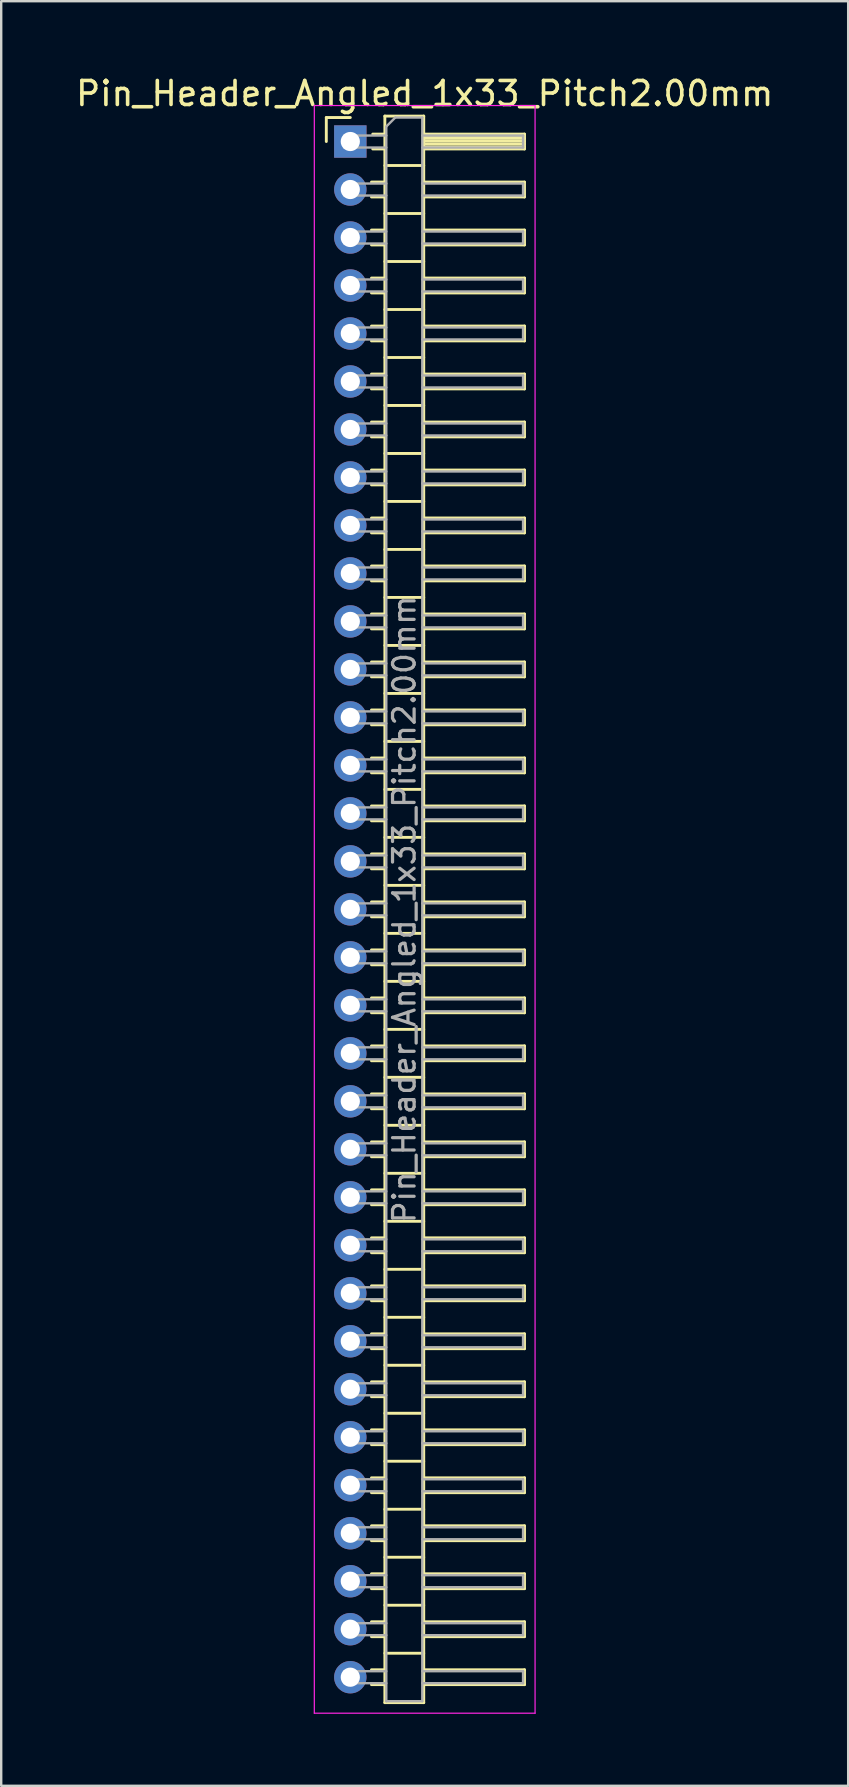
<source format=kicad_pcb>
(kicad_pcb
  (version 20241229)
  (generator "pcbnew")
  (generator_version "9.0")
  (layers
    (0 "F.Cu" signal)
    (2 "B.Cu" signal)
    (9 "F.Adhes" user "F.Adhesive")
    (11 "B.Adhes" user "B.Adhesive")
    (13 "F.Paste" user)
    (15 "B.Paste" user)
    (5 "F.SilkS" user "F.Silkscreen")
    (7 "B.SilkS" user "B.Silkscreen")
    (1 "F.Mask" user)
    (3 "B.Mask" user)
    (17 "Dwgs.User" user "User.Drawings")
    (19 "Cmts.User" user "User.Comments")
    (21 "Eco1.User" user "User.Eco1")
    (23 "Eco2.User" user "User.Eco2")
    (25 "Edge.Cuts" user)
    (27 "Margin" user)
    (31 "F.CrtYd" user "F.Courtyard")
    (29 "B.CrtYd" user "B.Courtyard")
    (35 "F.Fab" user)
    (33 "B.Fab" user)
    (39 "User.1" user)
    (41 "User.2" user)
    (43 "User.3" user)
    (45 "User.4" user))
  (footprint "Pin_Header_Angled_1x33_Pitch2.00mm"
    (layer "F.Cu")
    (at 11.549 2.848)
    (property "Reference" "Pin_Header_Angled_1x33_Pitch2.00mm" (at 3.1 -2 0) (layer "F.SilkS") (effects (font (size 1 1) (thickness 0.15))))
    (attr through_hole)
    (fp_line (start -1 -1) (end 0 -1) (stroke (width 0.12) (type solid)) (layer "F.SilkS"))
    (fp_line (start -1 0) (end -1 -1) (stroke (width 0.12) (type solid)) (layer "F.SilkS"))
    (fp_line (start 0.882 1.69) (end 1.44 1.69) (stroke (width 0.12) (type solid)) (layer "F.SilkS"))
    (fp_line (start 0.882 2.31) (end 1.44 2.31) (stroke (width 0.12) (type solid)) (layer "F.SilkS"))
    (fp_line (start 0.882 3.69) (end 1.44 3.69) (stroke (width 0.12) (type solid)) (layer "F.SilkS"))
    (fp_line (start 0.882 4.31) (end 1.44 4.31) (stroke (width 0.12) (type solid)) (layer "F.SilkS"))
    (fp_line (start 0.882 5.69) (end 1.44 5.69) (stroke (width 0.12) (type solid)) (layer "F.SilkS"))
    (fp_line (start 0.882 6.31) (end 1.44 6.31) (stroke (width 0.12) (type solid)) (layer "F.SilkS"))
    (fp_line (start 0.882 7.69) (end 1.44 7.69) (stroke (width 0.12) (type solid)) (layer "F.SilkS"))
    (fp_line (start 0.882 8.31) (end 1.44 8.31) (stroke (width 0.12) (type solid)) (layer "F.SilkS"))
    (fp_line (start 0.882 9.69) (end 1.44 9.69) (stroke (width 0.12) (type solid)) (layer "F.SilkS"))
    (fp_line (start 0.882 10.31) (end 1.44 10.31) (stroke (width 0.12) (type solid)) (layer "F.SilkS"))
    (fp_line (start 0.882 11.69) (end 1.44 11.69) (stroke (width 0.12) (type solid)) (layer "F.SilkS"))
    (fp_line (start 0.882 12.31) (end 1.44 12.31) (stroke (width 0.12) (type solid)) (layer "F.SilkS"))
    (fp_line (start 0.882 13.69) (end 1.44 13.69) (stroke (width 0.12) (type solid)) (layer "F.SilkS"))
    (fp_line (start 0.882 14.31) (end 1.44 14.31) (stroke (width 0.12) (type solid)) (layer "F.SilkS"))
    (fp_line (start 0.882 15.69) (end 1.44 15.69) (stroke (width 0.12) (type solid)) (layer "F.SilkS"))
    (fp_line (start 0.882 16.31) (end 1.44 16.31) (stroke (width 0.12) (type solid)) (layer "F.SilkS"))
    (fp_line (start 0.882 17.69) (end 1.44 17.69) (stroke (width 0.12) (type solid)) (layer "F.SilkS"))
    (fp_line (start 0.882 18.31) (end 1.44 18.31) (stroke (width 0.12) (type solid)) (layer "F.SilkS"))
    (fp_line (start 0.882 19.69) (end 1.44 19.69) (stroke (width 0.12) (type solid)) (layer "F.SilkS"))
    (fp_line (start 0.882 20.31) (end 1.44 20.31) (stroke (width 0.12) (type solid)) (layer "F.SilkS"))
    (fp_line (start 0.882 21.69) (end 1.44 21.69) (stroke (width 0.12) (type solid)) (layer "F.SilkS"))
    (fp_line (start 0.882 22.31) (end 1.44 22.31) (stroke (width 0.12) (type solid)) (layer "F.SilkS"))
    (fp_line (start 0.882 23.69) (end 1.44 23.69) (stroke (width 0.12) (type solid)) (layer "F.SilkS"))
    (fp_line (start 0.882 24.31) (end 1.44 24.31) (stroke (width 0.12) (type solid)) (layer "F.SilkS"))
    (fp_line (start 0.882 25.69) (end 1.44 25.69) (stroke (width 0.12) (type solid)) (layer "F.SilkS"))
    (fp_line (start 0.882 26.31) (end 1.44 26.31) (stroke (width 0.12) (type solid)) (layer "F.SilkS"))
    (fp_line (start 0.882 27.69) (end 1.44 27.69) (stroke (width 0.12) (type solid)) (layer "F.SilkS"))
    (fp_line (start 0.882 28.31) (end 1.44 28.31) (stroke (width 0.12) (type solid)) (layer "F.SilkS"))
    (fp_line (start 0.882 29.69) (end 1.44 29.69) (stroke (width 0.12) (type solid)) (layer "F.SilkS"))
    (fp_line (start 0.882 30.31) (end 1.44 30.31) (stroke (width 0.12) (type solid)) (layer "F.SilkS"))
    (fp_line (start 0.882 31.69) (end 1.44 31.69) (stroke (width 0.12) (type solid)) (layer "F.SilkS"))
    (fp_line (start 0.882 32.31) (end 1.44 32.31) (stroke (width 0.12) (type solid)) (layer "F.SilkS"))
    (fp_line (start 0.882 33.69) (end 1.44 33.69) (stroke (width 0.12) (type solid)) (layer "F.SilkS"))
    (fp_line (start 0.882 34.31) (end 1.44 34.31) (stroke (width 0.12) (type solid)) (layer "F.SilkS"))
    (fp_line (start 0.882 35.69) (end 1.44 35.69) (stroke (width 0.12) (type solid)) (layer "F.SilkS"))
    (fp_line (start 0.882 36.31) (end 1.44 36.31) (stroke (width 0.12) (type solid)) (layer "F.SilkS"))
    (fp_line (start 0.882 37.69) (end 1.44 37.69) (stroke (width 0.12) (type solid)) (layer "F.SilkS"))
    (fp_line (start 0.882 38.31) (end 1.44 38.31) (stroke (width 0.12) (type solid)) (layer "F.SilkS"))
    (fp_line (start 0.882 39.69) (end 1.44 39.69) (stroke (width 0.12) (type solid)) (layer "F.SilkS"))
    (fp_line (start 0.882 40.31) (end 1.44 40.31) (stroke (width 0.12) (type solid)) (layer "F.SilkS"))
    (fp_line (start 0.882 41.69) (end 1.44 41.69) (stroke (width 0.12) (type solid)) (layer "F.SilkS"))
    (fp_line (start 0.882 42.31) (end 1.44 42.31) (stroke (width 0.12) (type solid)) (layer "F.SilkS"))
    (fp_line (start 0.882 43.69) (end 1.44 43.69) (stroke (width 0.12) (type solid)) (layer "F.SilkS"))
    (fp_line (start 0.882 44.31) (end 1.44 44.31) (stroke (width 0.12) (type solid)) (layer "F.SilkS"))
    (fp_line (start 0.882 45.69) (end 1.44 45.69) (stroke (width 0.12) (type solid)) (layer "F.SilkS"))
    (fp_line (start 0.882 46.31) (end 1.44 46.31) (stroke (width 0.12) (type solid)) (layer "F.SilkS"))
    (fp_line (start 0.882 47.69) (end 1.44 47.69) (stroke (width 0.12) (type solid)) (layer "F.SilkS"))
    (fp_line (start 0.882 48.31) (end 1.44 48.31) (stroke (width 0.12) (type solid)) (layer "F.SilkS"))
    (fp_line (start 0.882 49.69) (end 1.44 49.69) (stroke (width 0.12) (type solid)) (layer "F.SilkS"))
    (fp_line (start 0.882 50.31) (end 1.44 50.31) (stroke (width 0.12) (type solid)) (layer "F.SilkS"))
    (fp_line (start 0.882 51.69) (end 1.44 51.69) (stroke (width 0.12) (type solid)) (layer "F.SilkS"))
    (fp_line (start 0.882 52.31) (end 1.44 52.31) (stroke (width 0.12) (type solid)) (layer "F.SilkS"))
    (fp_line (start 0.882 53.69) (end 1.44 53.69) (stroke (width 0.12) (type solid)) (layer "F.SilkS"))
    (fp_line (start 0.882 54.31) (end 1.44 54.31) (stroke (width 0.12) (type solid)) (layer "F.SilkS"))
    (fp_line (start 0.882 55.69) (end 1.44 55.69) (stroke (width 0.12) (type solid)) (layer "F.SilkS"))
    (fp_line (start 0.882 56.31) (end 1.44 56.31) (stroke (width 0.12) (type solid)) (layer "F.SilkS"))
    (fp_line (start 0.882 57.69) (end 1.44 57.69) (stroke (width 0.12) (type solid)) (layer "F.SilkS"))
    (fp_line (start 0.882 58.31) (end 1.44 58.31) (stroke (width 0.12) (type solid)) (layer "F.SilkS"))
    (fp_line (start 0.882 59.69) (end 1.44 59.69) (stroke (width 0.12) (type solid)) (layer "F.SilkS"))
    (fp_line (start 0.882 60.31) (end 1.44 60.31) (stroke (width 0.12) (type solid)) (layer "F.SilkS"))
    (fp_line (start 0.882 61.69) (end 1.44 61.69) (stroke (width 0.12) (type solid)) (layer "F.SilkS"))
    (fp_line (start 0.882 62.31) (end 1.44 62.31) (stroke (width 0.12) (type solid)) (layer "F.SilkS"))
    (fp_line (start 0.882 63.69) (end 1.44 63.69) (stroke (width 0.12) (type solid)) (layer "F.SilkS"))
    (fp_line (start 0.882 64.31) (end 1.44 64.31) (stroke (width 0.12) (type solid)) (layer "F.SilkS"))
    (fp_line (start 0.935 -0.31) (end 1.44 -0.31) (stroke (width 0.12) (type solid)) (layer "F.SilkS"))
    (fp_line (start 0.935 0.31) (end 1.44 0.31) (stroke (width 0.12) (type solid)) (layer "F.SilkS"))
    (fp_line (start 1.44 -1.06) (end 1.44 65.06) (stroke (width 0.12) (type solid)) (layer "F.SilkS"))
    (fp_line (start 1.44 1) (end 3.06 1) (stroke (width 0.12) (type solid)) (layer "F.SilkS"))
    (fp_line (start 1.44 3) (end 3.06 3) (stroke (width 0.12) (type solid)) (layer "F.SilkS"))
    (fp_line (start 1.44 5) (end 3.06 5) (stroke (width 0.12) (type solid)) (layer "F.SilkS"))
    (fp_line (start 1.44 7) (end 3.06 7) (stroke (width 0.12) (type solid)) (layer "F.SilkS"))
    (fp_line (start 1.44 9) (end 3.06 9) (stroke (width 0.12) (type solid)) (layer "F.SilkS"))
    (fp_line (start 1.44 11) (end 3.06 11) (stroke (width 0.12) (type solid)) (layer "F.SilkS"))
    (fp_line (start 1.44 13) (end 3.06 13) (stroke (width 0.12) (type solid)) (layer "F.SilkS"))
    (fp_line (start 1.44 15) (end 3.06 15) (stroke (width 0.12) (type solid)) (layer "F.SilkS"))
    (fp_line (start 1.44 17) (end 3.06 17) (stroke (width 0.12) (type solid)) (layer "F.SilkS"))
    (fp_line (start 1.44 19) (end 3.06 19) (stroke (width 0.12) (type solid)) (layer "F.SilkS"))
    (fp_line (start 1.44 21) (end 3.06 21) (stroke (width 0.12) (type solid)) (layer "F.SilkS"))
    (fp_line (start 1.44 23) (end 3.06 23) (stroke (width 0.12) (type solid)) (layer "F.SilkS"))
    (fp_line (start 1.44 25) (end 3.06 25) (stroke (width 0.12) (type solid)) (layer "F.SilkS"))
    (fp_line (start 1.44 27) (end 3.06 27) (stroke (width 0.12) (type solid)) (layer "F.SilkS"))
    (fp_line (start 1.44 29) (end 3.06 29) (stroke (width 0.12) (type solid)) (layer "F.SilkS"))
    (fp_line (start 1.44 31) (end 3.06 31) (stroke (width 0.12) (type solid)) (layer "F.SilkS"))
    (fp_line (start 1.44 33) (end 3.06 33) (stroke (width 0.12) (type solid)) (layer "F.SilkS"))
    (fp_line (start 1.44 35) (end 3.06 35) (stroke (width 0.12) (type solid)) (layer "F.SilkS"))
    (fp_line (start 1.44 37) (end 3.06 37) (stroke (width 0.12) (type solid)) (layer "F.SilkS"))
    (fp_line (start 1.44 39) (end 3.06 39) (stroke (width 0.12) (type solid)) (layer "F.SilkS"))
    (fp_line (start 1.44 41) (end 3.06 41) (stroke (width 0.12) (type solid)) (layer "F.SilkS"))
    (fp_line (start 1.44 43) (end 3.06 43) (stroke (width 0.12) (type solid)) (layer "F.SilkS"))
    (fp_line (start 1.44 45) (end 3.06 45) (stroke (width 0.12) (type solid)) (layer "F.SilkS"))
    (fp_line (start 1.44 47) (end 3.06 47) (stroke (width 0.12) (type solid)) (layer "F.SilkS"))
    (fp_line (start 1.44 49) (end 3.06 49) (stroke (width 0.12) (type solid)) (layer "F.SilkS"))
    (fp_line (start 1.44 51) (end 3.06 51) (stroke (width 0.12) (type solid)) (layer "F.SilkS"))
    (fp_line (start 1.44 53) (end 3.06 53) (stroke (width 0.12) (type solid)) (layer "F.SilkS"))
    (fp_line (start 1.44 55) (end 3.06 55) (stroke (width 0.12) (type solid)) (layer "F.SilkS"))
    (fp_line (start 1.44 57) (end 3.06 57) (stroke (width 0.12) (type solid)) (layer "F.SilkS"))
    (fp_line (start 1.44 59) (end 3.06 59) (stroke (width 0.12) (type solid)) (layer "F.SilkS"))
    (fp_line (start 1.44 61) (end 3.06 61) (stroke (width 0.12) (type solid)) (layer "F.SilkS"))
    (fp_line (start 1.44 63) (end 3.06 63) (stroke (width 0.12) (type solid)) (layer "F.SilkS"))
    (fp_line (start 1.44 65.06) (end 3.06 65.06) (stroke (width 0.12) (type solid)) (layer "F.SilkS"))
    (fp_line (start 3.06 -1.06) (end 1.44 -1.06) (stroke (width 0.12) (type solid)) (layer "F.SilkS"))
    (fp_line (start 3.06 -0.31) (end 7.26 -0.31) (stroke (width 0.12) (type solid)) (layer "F.SilkS"))
    (fp_line (start 3.06 -0.25) (end 7.26 -0.25) (stroke (width 0.12) (type solid)) (layer "F.SilkS"))
    (fp_line (start 3.06 -0.13) (end 7.26 -0.13) (stroke (width 0.12) (type solid)) (layer "F.SilkS"))
    (fp_line (start 3.06 -0.01) (end 7.26 -0.01) (stroke (width 0.12) (type solid)) (layer "F.SilkS"))
    (fp_line (start 3.06 0.11) (end 7.26 0.11) (stroke (width 0.12) (type solid)) (layer "F.SilkS"))
    (fp_line (start 3.06 0.23) (end 7.26 0.23) (stroke (width 0.12) (type solid)) (layer "F.SilkS"))
    (fp_line (start 3.06 1.69) (end 7.26 1.69) (stroke (width 0.12) (type solid)) (layer "F.SilkS"))
    (fp_line (start 3.06 3.69) (end 7.26 3.69) (stroke (width 0.12) (type solid)) (layer "F.SilkS"))
    (fp_line (start 3.06 5.69) (end 7.26 5.69) (stroke (width 0.12) (type solid)) (layer "F.SilkS"))
    (fp_line (start 3.06 7.69) (end 7.26 7.69) (stroke (width 0.12) (type solid)) (layer "F.SilkS"))
    (fp_line (start 3.06 9.69) (end 7.26 9.69) (stroke (width 0.12) (type solid)) (layer "F.SilkS"))
    (fp_line (start 3.06 11.69) (end 7.26 11.69) (stroke (width 0.12) (type solid)) (layer "F.SilkS"))
    (fp_line (start 3.06 13.69) (end 7.26 13.69) (stroke (width 0.12) (type solid)) (layer "F.SilkS"))
    (fp_line (start 3.06 15.69) (end 7.26 15.69) (stroke (width 0.12) (type solid)) (layer "F.SilkS"))
    (fp_line (start 3.06 17.69) (end 7.26 17.69) (stroke (width 0.12) (type solid)) (layer "F.SilkS"))
    (fp_line (start 3.06 19.69) (end 7.26 19.69) (stroke (width 0.12) (type solid)) (layer "F.SilkS"))
    (fp_line (start 3.06 21.69) (end 7.26 21.69) (stroke (width 0.12) (type solid)) (layer "F.SilkS"))
    (fp_line (start 3.06 23.69) (end 7.26 23.69) (stroke (width 0.12) (type solid)) (layer "F.SilkS"))
    (fp_line (start 3.06 25.69) (end 7.26 25.69) (stroke (width 0.12) (type solid)) (layer "F.SilkS"))
    (fp_line (start 3.06 27.69) (end 7.26 27.69) (stroke (width 0.12) (type solid)) (layer "F.SilkS"))
    (fp_line (start 3.06 29.69) (end 7.26 29.69) (stroke (width 0.12) (type solid)) (layer "F.SilkS"))
    (fp_line (start 3.06 31.69) (end 7.26 31.69) (stroke (width 0.12) (type solid)) (layer "F.SilkS"))
    (fp_line (start 3.06 33.69) (end 7.26 33.69) (stroke (width 0.12) (type solid)) (layer "F.SilkS"))
    (fp_line (start 3.06 35.69) (end 7.26 35.69) (stroke (width 0.12) (type solid)) (layer "F.SilkS"))
    (fp_line (start 3.06 37.69) (end 7.26 37.69) (stroke (width 0.12) (type solid)) (layer "F.SilkS"))
    (fp_line (start 3.06 39.69) (end 7.26 39.69) (stroke (width 0.12) (type solid)) (layer "F.SilkS"))
    (fp_line (start 3.06 41.69) (end 7.26 41.69) (stroke (width 0.12) (type solid)) (layer "F.SilkS"))
    (fp_line (start 3.06 43.69) (end 7.26 43.69) (stroke (width 0.12) (type solid)) (layer "F.SilkS"))
    (fp_line (start 3.06 45.69) (end 7.26 45.69) (stroke (width 0.12) (type solid)) (layer "F.SilkS"))
    (fp_line (start 3.06 47.69) (end 7.26 47.69) (stroke (width 0.12) (type solid)) (layer "F.SilkS"))
    (fp_line (start 3.06 49.69) (end 7.26 49.69) (stroke (width 0.12) (type solid)) (layer "F.SilkS"))
    (fp_line (start 3.06 51.69) (end 7.26 51.69) (stroke (width 0.12) (type solid)) (layer "F.SilkS"))
    (fp_line (start 3.06 53.69) (end 7.26 53.69) (stroke (width 0.12) (type solid)) (layer "F.SilkS"))
    (fp_line (start 3.06 55.69) (end 7.26 55.69) (stroke (width 0.12) (type solid)) (layer "F.SilkS"))
    (fp_line (start 3.06 57.69) (end 7.26 57.69) (stroke (width 0.12) (type solid)) (layer "F.SilkS"))
    (fp_line (start 3.06 59.69) (end 7.26 59.69) (stroke (width 0.12) (type solid)) (layer "F.SilkS"))
    (fp_line (start 3.06 61.69) (end 7.26 61.69) (stroke (width 0.12) (type solid)) (layer "F.SilkS"))
    (fp_line (start 3.06 63.69) (end 7.26 63.69) (stroke (width 0.12) (type solid)) (layer "F.SilkS"))
    (fp_line (start 3.06 65.06) (end 3.06 -1.06) (stroke (width 0.12) (type solid)) (layer "F.SilkS"))
    (fp_line (start 7.26 -0.31) (end 7.26 0.31) (stroke (width 0.12) (type solid)) (layer "F.SilkS"))
    (fp_line (start 7.26 0.31) (end 3.06 0.31) (stroke (width 0.12) (type solid)) (layer "F.SilkS"))
    (fp_line (start 7.26 1.69) (end 7.26 2.31) (stroke (width 0.12) (type solid)) (layer "F.SilkS"))
    (fp_line (start 7.26 2.31) (end 3.06 2.31) (stroke (width 0.12) (type solid)) (layer "F.SilkS"))
    (fp_line (start 7.26 3.69) (end 7.26 4.31) (stroke (width 0.12) (type solid)) (layer "F.SilkS"))
    (fp_line (start 7.26 4.31) (end 3.06 4.31) (stroke (width 0.12) (type solid)) (layer "F.SilkS"))
    (fp_line (start 7.26 5.69) (end 7.26 6.31) (stroke (width 0.12) (type solid)) (layer "F.SilkS"))
    (fp_line (start 7.26 6.31) (end 3.06 6.31) (stroke (width 0.12) (type solid)) (layer "F.SilkS"))
    (fp_line (start 7.26 7.69) (end 7.26 8.31) (stroke (width 0.12) (type solid)) (layer "F.SilkS"))
    (fp_line (start 7.26 8.31) (end 3.06 8.31) (stroke (width 0.12) (type solid)) (layer "F.SilkS"))
    (fp_line (start 7.26 9.69) (end 7.26 10.31) (stroke (width 0.12) (type solid)) (layer "F.SilkS"))
    (fp_line (start 7.26 10.31) (end 3.06 10.31) (stroke (width 0.12) (type solid)) (layer "F.SilkS"))
    (fp_line (start 7.26 11.69) (end 7.26 12.31) (stroke (width 0.12) (type solid)) (layer "F.SilkS"))
    (fp_line (start 7.26 12.31) (end 3.06 12.31) (stroke (width 0.12) (type solid)) (layer "F.SilkS"))
    (fp_line (start 7.26 13.69) (end 7.26 14.31) (stroke (width 0.12) (type solid)) (layer "F.SilkS"))
    (fp_line (start 7.26 14.31) (end 3.06 14.31) (stroke (width 0.12) (type solid)) (layer "F.SilkS"))
    (fp_line (start 7.26 15.69) (end 7.26 16.31) (stroke (width 0.12) (type solid)) (layer "F.SilkS"))
    (fp_line (start 7.26 16.31) (end 3.06 16.31) (stroke (width 0.12) (type solid)) (layer "F.SilkS"))
    (fp_line (start 7.26 17.69) (end 7.26 18.31) (stroke (width 0.12) (type solid)) (layer "F.SilkS"))
    (fp_line (start 7.26 18.31) (end 3.06 18.31) (stroke (width 0.12) (type solid)) (layer "F.SilkS"))
    (fp_line (start 7.26 19.69) (end 7.26 20.31) (stroke (width 0.12) (type solid)) (layer "F.SilkS"))
    (fp_line (start 7.26 20.31) (end 3.06 20.31) (stroke (width 0.12) (type solid)) (layer "F.SilkS"))
    (fp_line (start 7.26 21.69) (end 7.26 22.31) (stroke (width 0.12) (type solid)) (layer "F.SilkS"))
    (fp_line (start 7.26 22.31) (end 3.06 22.31) (stroke (width 0.12) (type solid)) (layer "F.SilkS"))
    (fp_line (start 7.26 23.69) (end 7.26 24.31) (stroke (width 0.12) (type solid)) (layer "F.SilkS"))
    (fp_line (start 7.26 24.31) (end 3.06 24.31) (stroke (width 0.12) (type solid)) (layer "F.SilkS"))
    (fp_line (start 7.26 25.69) (end 7.26 26.31) (stroke (width 0.12) (type solid)) (layer "F.SilkS"))
    (fp_line (start 7.26 26.31) (end 3.06 26.31) (stroke (width 0.12) (type solid)) (layer "F.SilkS"))
    (fp_line (start 7.26 27.69) (end 7.26 28.31) (stroke (width 0.12) (type solid)) (layer "F.SilkS"))
    (fp_line (start 7.26 28.31) (end 3.06 28.31) (stroke (width 0.12) (type solid)) (layer "F.SilkS"))
    (fp_line (start 7.26 29.69) (end 7.26 30.31) (stroke (width 0.12) (type solid)) (layer "F.SilkS"))
    (fp_line (start 7.26 30.31) (end 3.06 30.31) (stroke (width 0.12) (type solid)) (layer "F.SilkS"))
    (fp_line (start 7.26 31.69) (end 7.26 32.31) (stroke (width 0.12) (type solid)) (layer "F.SilkS"))
    (fp_line (start 7.26 32.31) (end 3.06 32.31) (stroke (width 0.12) (type solid)) (layer "F.SilkS"))
    (fp_line (start 7.26 33.69) (end 7.26 34.31) (stroke (width 0.12) (type solid)) (layer "F.SilkS"))
    (fp_line (start 7.26 34.31) (end 3.06 34.31) (stroke (width 0.12) (type solid)) (layer "F.SilkS"))
    (fp_line (start 7.26 35.69) (end 7.26 36.31) (stroke (width 0.12) (type solid)) (layer "F.SilkS"))
    (fp_line (start 7.26 36.31) (end 3.06 36.31) (stroke (width 0.12) (type solid)) (layer "F.SilkS"))
    (fp_line (start 7.26 37.69) (end 7.26 38.31) (stroke (width 0.12) (type solid)) (layer "F.SilkS"))
    (fp_line (start 7.26 38.31) (end 3.06 38.31) (stroke (width 0.12) (type solid)) (layer "F.SilkS"))
    (fp_line (start 7.26 39.69) (end 7.26 40.31) (stroke (width 0.12) (type solid)) (layer "F.SilkS"))
    (fp_line (start 7.26 40.31) (end 3.06 40.31) (stroke (width 0.12) (type solid)) (layer "F.SilkS"))
    (fp_line (start 7.26 41.69) (end 7.26 42.31) (stroke (width 0.12) (type solid)) (layer "F.SilkS"))
    (fp_line (start 7.26 42.31) (end 3.06 42.31) (stroke (width 0.12) (type solid)) (layer "F.SilkS"))
    (fp_line (start 7.26 43.69) (end 7.26 44.31) (stroke (width 0.12) (type solid)) (layer "F.SilkS"))
    (fp_line (start 7.26 44.31) (end 3.06 44.31) (stroke (width 0.12) (type solid)) (layer "F.SilkS"))
    (fp_line (start 7.26 45.69) (end 7.26 46.31) (stroke (width 0.12) (type solid)) (layer "F.SilkS"))
    (fp_line (start 7.26 46.31) (end 3.06 46.31) (stroke (width 0.12) (type solid)) (layer "F.SilkS"))
    (fp_line (start 7.26 47.69) (end 7.26 48.31) (stroke (width 0.12) (type solid)) (layer "F.SilkS"))
    (fp_line (start 7.26 48.31) (end 3.06 48.31) (stroke (width 0.12) (type solid)) (layer "F.SilkS"))
    (fp_line (start 7.26 49.69) (end 7.26 50.31) (stroke (width 0.12) (type solid)) (layer "F.SilkS"))
    (fp_line (start 7.26 50.31) (end 3.06 50.31) (stroke (width 0.12) (type solid)) (layer "F.SilkS"))
    (fp_line (start 7.26 51.69) (end 7.26 52.31) (stroke (width 0.12) (type solid)) (layer "F.SilkS"))
    (fp_line (start 7.26 52.31) (end 3.06 52.31) (stroke (width 0.12) (type solid)) (layer "F.SilkS"))
    (fp_line (start 7.26 53.69) (end 7.26 54.31) (stroke (width 0.12) (type solid)) (layer "F.SilkS"))
    (fp_line (start 7.26 54.31) (end 3.06 54.31) (stroke (width 0.12) (type solid)) (layer "F.SilkS"))
    (fp_line (start 7.26 55.69) (end 7.26 56.31) (stroke (width 0.12) (type solid)) (layer "F.SilkS"))
    (fp_line (start 7.26 56.31) (end 3.06 56.31) (stroke (width 0.12) (type solid)) (layer "F.SilkS"))
    (fp_line (start 7.26 57.69) (end 7.26 58.31) (stroke (width 0.12) (type solid)) (layer "F.SilkS"))
    (fp_line (start 7.26 58.31) (end 3.06 58.31) (stroke (width 0.12) (type solid)) (layer "F.SilkS"))
    (fp_line (start 7.26 59.69) (end 7.26 60.31) (stroke (width 0.12) (type solid)) (layer "F.SilkS"))
    (fp_line (start 7.26 60.31) (end 3.06 60.31) (stroke (width 0.12) (type solid)) (layer "F.SilkS"))
    (fp_line (start 7.26 61.69) (end 7.26 62.31) (stroke (width 0.12) (type solid)) (layer "F.SilkS"))
    (fp_line (start 7.26 62.31) (end 3.06 62.31) (stroke (width 0.12) (type solid)) (layer "F.SilkS"))
    (fp_line (start 7.26 63.69) (end 7.26 64.31) (stroke (width 0.12) (type solid)) (layer "F.SilkS"))
    (fp_line (start 7.26 64.31) (end 3.06 64.31) (stroke (width 0.12) (type solid)) (layer "F.SilkS"))
    (fp_line (start -1.5 -1.5) (end -1.5 65.5) (stroke (width 0.05) (type solid)) (layer "F.CrtYd"))
    (fp_line (start -1.5 65.5) (end 7.7 65.5) (stroke (width 0.05) (type solid)) (layer "F.CrtYd"))
    (fp_line (start 7.7 -1.5) (end -1.5 -1.5) (stroke (width 0.05) (type solid)) (layer "F.CrtYd"))
    (fp_line (start 7.7 65.5) (end 7.7 -1.5) (stroke (width 0.05) (type solid)) (layer "F.CrtYd"))
    (fp_line (start -0.25 -0.25) (end -0.25 0.25) (stroke (width 0.1) (type solid)) (layer "F.Fab"))
    (fp_line (start -0.25 -0.25) (end 1.5 -0.25) (stroke (width 0.1) (type solid)) (layer "F.Fab"))
    (fp_line (start -0.25 0.25) (end 1.5 0.25) (stroke (width 0.1) (type solid)) (layer "F.Fab"))
    (fp_line (start -0.25 1.75) (end -0.25 2.25) (stroke (width 0.1) (type solid)) (layer "F.Fab"))
    (fp_line (start -0.25 1.75) (end 1.5 1.75) (stroke (width 0.1) (type solid)) (layer "F.Fab"))
    (fp_line (start -0.25 2.25) (end 1.5 2.25) (stroke (width 0.1) (type solid)) (layer "F.Fab"))
    (fp_line (start -0.25 3.75) (end -0.25 4.25) (stroke (width 0.1) (type solid)) (layer "F.Fab"))
    (fp_line (start -0.25 3.75) (end 1.5 3.75) (stroke (width 0.1) (type solid)) (layer "F.Fab"))
    (fp_line (start -0.25 4.25) (end 1.5 4.25) (stroke (width 0.1) (type solid)) (layer "F.Fab"))
    (fp_line (start -0.25 5.75) (end -0.25 6.25) (stroke (width 0.1) (type solid)) (layer "F.Fab"))
    (fp_line (start -0.25 5.75) (end 1.5 5.75) (stroke (width 0.1) (type solid)) (layer "F.Fab"))
    (fp_line (start -0.25 6.25) (end 1.5 6.25) (stroke (width 0.1) (type solid)) (layer "F.Fab"))
    (fp_line (start -0.25 7.75) (end -0.25 8.25) (stroke (width 0.1) (type solid)) (layer "F.Fab"))
    (fp_line (start -0.25 7.75) (end 1.5 7.75) (stroke (width 0.1) (type solid)) (layer "F.Fab"))
    (fp_line (start -0.25 8.25) (end 1.5 8.25) (stroke (width 0.1) (type solid)) (layer "F.Fab"))
    (fp_line (start -0.25 9.75) (end -0.25 10.25) (stroke (width 0.1) (type solid)) (layer "F.Fab"))
    (fp_line (start -0.25 9.75) (end 1.5 9.75) (stroke (width 0.1) (type solid)) (layer "F.Fab"))
    (fp_line (start -0.25 10.25) (end 1.5 10.25) (stroke (width 0.1) (type solid)) (layer "F.Fab"))
    (fp_line (start -0.25 11.75) (end -0.25 12.25) (stroke (width 0.1) (type solid)) (layer "F.Fab"))
    (fp_line (start -0.25 11.75) (end 1.5 11.75) (stroke (width 0.1) (type solid)) (layer "F.Fab"))
    (fp_line (start -0.25 12.25) (end 1.5 12.25) (stroke (width 0.1) (type solid)) (layer "F.Fab"))
    (fp_line (start -0.25 13.75) (end -0.25 14.25) (stroke (width 0.1) (type solid)) (layer "F.Fab"))
    (fp_line (start -0.25 13.75) (end 1.5 13.75) (stroke (width 0.1) (type solid)) (layer "F.Fab"))
    (fp_line (start -0.25 14.25) (end 1.5 14.25) (stroke (width 0.1) (type solid)) (layer "F.Fab"))
    (fp_line (start -0.25 15.75) (end -0.25 16.25) (stroke (width 0.1) (type solid)) (layer "F.Fab"))
    (fp_line (start -0.25 15.75) (end 1.5 15.75) (stroke (width 0.1) (type solid)) (layer "F.Fab"))
    (fp_line (start -0.25 16.25) (end 1.5 16.25) (stroke (width 0.1) (type solid)) (layer "F.Fab"))
    (fp_line (start -0.25 17.75) (end -0.25 18.25) (stroke (width 0.1) (type solid)) (layer "F.Fab"))
    (fp_line (start -0.25 17.75) (end 1.5 17.75) (stroke (width 0.1) (type solid)) (layer "F.Fab"))
    (fp_line (start -0.25 18.25) (end 1.5 18.25) (stroke (width 0.1) (type solid)) (layer "F.Fab"))
    (fp_line (start -0.25 19.75) (end -0.25 20.25) (stroke (width 0.1) (type solid)) (layer "F.Fab"))
    (fp_line (start -0.25 19.75) (end 1.5 19.75) (stroke (width 0.1) (type solid)) (layer "F.Fab"))
    (fp_line (start -0.25 20.25) (end 1.5 20.25) (stroke (width 0.1) (type solid)) (layer "F.Fab"))
    (fp_line (start -0.25 21.75) (end -0.25 22.25) (stroke (width 0.1) (type solid)) (layer "F.Fab"))
    (fp_line (start -0.25 21.75) (end 1.5 21.75) (stroke (width 0.1) (type solid)) (layer "F.Fab"))
    (fp_line (start -0.25 22.25) (end 1.5 22.25) (stroke (width 0.1) (type solid)) (layer "F.Fab"))
    (fp_line (start -0.25 23.75) (end -0.25 24.25) (stroke (width 0.1) (type solid)) (layer "F.Fab"))
    (fp_line (start -0.25 23.75) (end 1.5 23.75) (stroke (width 0.1) (type solid)) (layer "F.Fab"))
    (fp_line (start -0.25 24.25) (end 1.5 24.25) (stroke (width 0.1) (type solid)) (layer "F.Fab"))
    (fp_line (start -0.25 25.75) (end -0.25 26.25) (stroke (width 0.1) (type solid)) (layer "F.Fab"))
    (fp_line (start -0.25 25.75) (end 1.5 25.75) (stroke (width 0.1) (type solid)) (layer "F.Fab"))
    (fp_line (start -0.25 26.25) (end 1.5 26.25) (stroke (width 0.1) (type solid)) (layer "F.Fab"))
    (fp_line (start -0.25 27.75) (end -0.25 28.25) (stroke (width 0.1) (type solid)) (layer "F.Fab"))
    (fp_line (start -0.25 27.75) (end 1.5 27.75) (stroke (width 0.1) (type solid)) (layer "F.Fab"))
    (fp_line (start -0.25 28.25) (end 1.5 28.25) (stroke (width 0.1) (type solid)) (layer "F.Fab"))
    (fp_line (start -0.25 29.75) (end -0.25 30.25) (stroke (width 0.1) (type solid)) (layer "F.Fab"))
    (fp_line (start -0.25 29.75) (end 1.5 29.75) (stroke (width 0.1) (type solid)) (layer "F.Fab"))
    (fp_line (start -0.25 30.25) (end 1.5 30.25) (stroke (width 0.1) (type solid)) (layer "F.Fab"))
    (fp_line (start -0.25 31.75) (end -0.25 32.25) (stroke (width 0.1) (type solid)) (layer "F.Fab"))
    (fp_line (start -0.25 31.75) (end 1.5 31.75) (stroke (width 0.1) (type solid)) (layer "F.Fab"))
    (fp_line (start -0.25 32.25) (end 1.5 32.25) (stroke (width 0.1) (type solid)) (layer "F.Fab"))
    (fp_line (start -0.25 33.75) (end -0.25 34.25) (stroke (width 0.1) (type solid)) (layer "F.Fab"))
    (fp_line (start -0.25 33.75) (end 1.5 33.75) (stroke (width 0.1) (type solid)) (layer "F.Fab"))
    (fp_line (start -0.25 34.25) (end 1.5 34.25) (stroke (width 0.1) (type solid)) (layer "F.Fab"))
    (fp_line (start -0.25 35.75) (end -0.25 36.25) (stroke (width 0.1) (type solid)) (layer "F.Fab"))
    (fp_line (start -0.25 35.75) (end 1.5 35.75) (stroke (width 0.1) (type solid)) (layer "F.Fab"))
    (fp_line (start -0.25 36.25) (end 1.5 36.25) (stroke (width 0.1) (type solid)) (layer "F.Fab"))
    (fp_line (start -0.25 37.75) (end -0.25 38.25) (stroke (width 0.1) (type solid)) (layer "F.Fab"))
    (fp_line (start -0.25 37.75) (end 1.5 37.75) (stroke (width 0.1) (type solid)) (layer "F.Fab"))
    (fp_line (start -0.25 38.25) (end 1.5 38.25) (stroke (width 0.1) (type solid)) (layer "F.Fab"))
    (fp_line (start -0.25 39.75) (end -0.25 40.25) (stroke (width 0.1) (type solid)) (layer "F.Fab"))
    (fp_line (start -0.25 39.75) (end 1.5 39.75) (stroke (width 0.1) (type solid)) (layer "F.Fab"))
    (fp_line (start -0.25 40.25) (end 1.5 40.25) (stroke (width 0.1) (type solid)) (layer "F.Fab"))
    (fp_line (start -0.25 41.75) (end -0.25 42.25) (stroke (width 0.1) (type solid)) (layer "F.Fab"))
    (fp_line (start -0.25 41.75) (end 1.5 41.75) (stroke (width 0.1) (type solid)) (layer "F.Fab"))
    (fp_line (start -0.25 42.25) (end 1.5 42.25) (stroke (width 0.1) (type solid)) (layer "F.Fab"))
    (fp_line (start -0.25 43.75) (end -0.25 44.25) (stroke (width 0.1) (type solid)) (layer "F.Fab"))
    (fp_line (start -0.25 43.75) (end 1.5 43.75) (stroke (width 0.1) (type solid)) (layer "F.Fab"))
    (fp_line (start -0.25 44.25) (end 1.5 44.25) (stroke (width 0.1) (type solid)) (layer "F.Fab"))
    (fp_line (start -0.25 45.75) (end -0.25 46.25) (stroke (width 0.1) (type solid)) (layer "F.Fab"))
    (fp_line (start -0.25 45.75) (end 1.5 45.75) (stroke (width 0.1) (type solid)) (layer "F.Fab"))
    (fp_line (start -0.25 46.25) (end 1.5 46.25) (stroke (width 0.1) (type solid)) (layer "F.Fab"))
    (fp_line (start -0.25 47.75) (end -0.25 48.25) (stroke (width 0.1) (type solid)) (layer "F.Fab"))
    (fp_line (start -0.25 47.75) (end 1.5 47.75) (stroke (width 0.1) (type solid)) (layer "F.Fab"))
    (fp_line (start -0.25 48.25) (end 1.5 48.25) (stroke (width 0.1) (type solid)) (layer "F.Fab"))
    (fp_line (start -0.25 49.75) (end -0.25 50.25) (stroke (width 0.1) (type solid)) (layer "F.Fab"))
    (fp_line (start -0.25 49.75) (end 1.5 49.75) (stroke (width 0.1) (type solid)) (layer "F.Fab"))
    (fp_line (start -0.25 50.25) (end 1.5 50.25) (stroke (width 0.1) (type solid)) (layer "F.Fab"))
    (fp_line (start -0.25 51.75) (end -0.25 52.25) (stroke (width 0.1) (type solid)) (layer "F.Fab"))
    (fp_line (start -0.25 51.75) (end 1.5 51.75) (stroke (width 0.1) (type solid)) (layer "F.Fab"))
    (fp_line (start -0.25 52.25) (end 1.5 52.25) (stroke (width 0.1) (type solid)) (layer "F.Fab"))
    (fp_line (start -0.25 53.75) (end -0.25 54.25) (stroke (width 0.1) (type solid)) (layer "F.Fab"))
    (fp_line (start -0.25 53.75) (end 1.5 53.75) (stroke (width 0.1) (type solid)) (layer "F.Fab"))
    (fp_line (start -0.25 54.25) (end 1.5 54.25) (stroke (width 0.1) (type solid)) (layer "F.Fab"))
    (fp_line (start -0.25 55.75) (end -0.25 56.25) (stroke (width 0.1) (type solid)) (layer "F.Fab"))
    (fp_line (start -0.25 55.75) (end 1.5 55.75) (stroke (width 0.1) (type solid)) (layer "F.Fab"))
    (fp_line (start -0.25 56.25) (end 1.5 56.25) (stroke (width 0.1) (type solid)) (layer "F.Fab"))
    (fp_line (start -0.25 57.75) (end -0.25 58.25) (stroke (width 0.1) (type solid)) (layer "F.Fab"))
    (fp_line (start -0.25 57.75) (end 1.5 57.75) (stroke (width 0.1) (type solid)) (layer "F.Fab"))
    (fp_line (start -0.25 58.25) (end 1.5 58.25) (stroke (width 0.1) (type solid)) (layer "F.Fab"))
    (fp_line (start -0.25 59.75) (end -0.25 60.25) (stroke (width 0.1) (type solid)) (layer "F.Fab"))
    (fp_line (start -0.25 59.75) (end 1.5 59.75) (stroke (width 0.1) (type solid)) (layer "F.Fab"))
    (fp_line (start -0.25 60.25) (end 1.5 60.25) (stroke (width 0.1) (type solid)) (layer "F.Fab"))
    (fp_line (start -0.25 61.75) (end -0.25 62.25) (stroke (width 0.1) (type solid)) (layer "F.Fab"))
    (fp_line (start -0.25 61.75) (end 1.5 61.75) (stroke (width 0.1) (type solid)) (layer "F.Fab"))
    (fp_line (start -0.25 62.25) (end 1.5 62.25) (stroke (width 0.1) (type solid)) (layer "F.Fab"))
    (fp_line (start -0.25 63.75) (end -0.25 64.25) (stroke (width 0.1) (type solid)) (layer "F.Fab"))
    (fp_line (start -0.25 63.75) (end 1.5 63.75) (stroke (width 0.1) (type solid)) (layer "F.Fab"))
    (fp_line (start -0.25 64.25) (end 1.5 64.25) (stroke (width 0.1) (type solid)) (layer "F.Fab"))
    (fp_line (start 1.5 -0.625) (end 1.875 -1) (stroke (width 0.1) (type solid)) (layer "F.Fab"))
    (fp_line (start 1.5 65) (end 1.5 -0.625) (stroke (width 0.1) (type solid)) (layer "F.Fab"))
    (fp_line (start 1.875 -1) (end 3 -1) (stroke (width 0.1) (type solid)) (layer "F.Fab"))
    (fp_line (start 3 -1) (end 3 65) (stroke (width 0.1) (type solid)) (layer "F.Fab"))
    (fp_line (start 3 -0.25) (end 7.2 -0.25) (stroke (width 0.1) (type solid)) (layer "F.Fab"))
    (fp_line (start 3 0.25) (end 7.2 0.25) (stroke (width 0.1) (type solid)) (layer "F.Fab"))
    (fp_line (start 3 1.75) (end 7.2 1.75) (stroke (width 0.1) (type solid)) (layer "F.Fab"))
    (fp_line (start 3 2.25) (end 7.2 2.25) (stroke (width 0.1) (type solid)) (layer "F.Fab"))
    (fp_line (start 3 3.75) (end 7.2 3.75) (stroke (width 0.1) (type solid)) (layer "F.Fab"))
    (fp_line (start 3 4.25) (end 7.2 4.25) (stroke (width 0.1) (type solid)) (layer "F.Fab"))
    (fp_line (start 3 5.75) (end 7.2 5.75) (stroke (width 0.1) (type solid)) (layer "F.Fab"))
    (fp_line (start 3 6.25) (end 7.2 6.25) (stroke (width 0.1) (type solid)) (layer "F.Fab"))
    (fp_line (start 3 7.75) (end 7.2 7.75) (stroke (width 0.1) (type solid)) (layer "F.Fab"))
    (fp_line (start 3 8.25) (end 7.2 8.25) (stroke (width 0.1) (type solid)) (layer "F.Fab"))
    (fp_line (start 3 9.75) (end 7.2 9.75) (stroke (width 0.1) (type solid)) (layer "F.Fab"))
    (fp_line (start 3 10.25) (end 7.2 10.25) (stroke (width 0.1) (type solid)) (layer "F.Fab"))
    (fp_line (start 3 11.75) (end 7.2 11.75) (stroke (width 0.1) (type solid)) (layer "F.Fab"))
    (fp_line (start 3 12.25) (end 7.2 12.25) (stroke (width 0.1) (type solid)) (layer "F.Fab"))
    (fp_line (start 3 13.75) (end 7.2 13.75) (stroke (width 0.1) (type solid)) (layer "F.Fab"))
    (fp_line (start 3 14.25) (end 7.2 14.25) (stroke (width 0.1) (type solid)) (layer "F.Fab"))
    (fp_line (start 3 15.75) (end 7.2 15.75) (stroke (width 0.1) (type solid)) (layer "F.Fab"))
    (fp_line (start 3 16.25) (end 7.2 16.25) (stroke (width 0.1) (type solid)) (layer "F.Fab"))
    (fp_line (start 3 17.75) (end 7.2 17.75) (stroke (width 0.1) (type solid)) (layer "F.Fab"))
    (fp_line (start 3 18.25) (end 7.2 18.25) (stroke (width 0.1) (type solid)) (layer "F.Fab"))
    (fp_line (start 3 19.75) (end 7.2 19.75) (stroke (width 0.1) (type solid)) (layer "F.Fab"))
    (fp_line (start 3 20.25) (end 7.2 20.25) (stroke (width 0.1) (type solid)) (layer "F.Fab"))
    (fp_line (start 3 21.75) (end 7.2 21.75) (stroke (width 0.1) (type solid)) (layer "F.Fab"))
    (fp_line (start 3 22.25) (end 7.2 22.25) (stroke (width 0.1) (type solid)) (layer "F.Fab"))
    (fp_line (start 3 23.75) (end 7.2 23.75) (stroke (width 0.1) (type solid)) (layer "F.Fab"))
    (fp_line (start 3 24.25) (end 7.2 24.25) (stroke (width 0.1) (type solid)) (layer "F.Fab"))
    (fp_line (start 3 25.75) (end 7.2 25.75) (stroke (width 0.1) (type solid)) (layer "F.Fab"))
    (fp_line (start 3 26.25) (end 7.2 26.25) (stroke (width 0.1) (type solid)) (layer "F.Fab"))
    (fp_line (start 3 27.75) (end 7.2 27.75) (stroke (width 0.1) (type solid)) (layer "F.Fab"))
    (fp_line (start 3 28.25) (end 7.2 28.25) (stroke (width 0.1) (type solid)) (layer "F.Fab"))
    (fp_line (start 3 29.75) (end 7.2 29.75) (stroke (width 0.1) (type solid)) (layer "F.Fab"))
    (fp_line (start 3 30.25) (end 7.2 30.25) (stroke (width 0.1) (type solid)) (layer "F.Fab"))
    (fp_line (start 3 31.75) (end 7.2 31.75) (stroke (width 0.1) (type solid)) (layer "F.Fab"))
    (fp_line (start 3 32.25) (end 7.2 32.25) (stroke (width 0.1) (type solid)) (layer "F.Fab"))
    (fp_line (start 3 33.75) (end 7.2 33.75) (stroke (width 0.1) (type solid)) (layer "F.Fab"))
    (fp_line (start 3 34.25) (end 7.2 34.25) (stroke (width 0.1) (type solid)) (layer "F.Fab"))
    (fp_line (start 3 35.75) (end 7.2 35.75) (stroke (width 0.1) (type solid)) (layer "F.Fab"))
    (fp_line (start 3 36.25) (end 7.2 36.25) (stroke (width 0.1) (type solid)) (layer "F.Fab"))
    (fp_line (start 3 37.75) (end 7.2 37.75) (stroke (width 0.1) (type solid)) (layer "F.Fab"))
    (fp_line (start 3 38.25) (end 7.2 38.25) (stroke (width 0.1) (type solid)) (layer "F.Fab"))
    (fp_line (start 3 39.75) (end 7.2 39.75) (stroke (width 0.1) (type solid)) (layer "F.Fab"))
    (fp_line (start 3 40.25) (end 7.2 40.25) (stroke (width 0.1) (type solid)) (layer "F.Fab"))
    (fp_line (start 3 41.75) (end 7.2 41.75) (stroke (width 0.1) (type solid)) (layer "F.Fab"))
    (fp_line (start 3 42.25) (end 7.2 42.25) (stroke (width 0.1) (type solid)) (layer "F.Fab"))
    (fp_line (start 3 43.75) (end 7.2 43.75) (stroke (width 0.1) (type solid)) (layer "F.Fab"))
    (fp_line (start 3 44.25) (end 7.2 44.25) (stroke (width 0.1) (type solid)) (layer "F.Fab"))
    (fp_line (start 3 45.75) (end 7.2 45.75) (stroke (width 0.1) (type solid)) (layer "F.Fab"))
    (fp_line (start 3 46.25) (end 7.2 46.25) (stroke (width 0.1) (type solid)) (layer "F.Fab"))
    (fp_line (start 3 47.75) (end 7.2 47.75) (stroke (width 0.1) (type solid)) (layer "F.Fab"))
    (fp_line (start 3 48.25) (end 7.2 48.25) (stroke (width 0.1) (type solid)) (layer "F.Fab"))
    (fp_line (start 3 49.75) (end 7.2 49.75) (stroke (width 0.1) (type solid)) (layer "F.Fab"))
    (fp_line (start 3 50.25) (end 7.2 50.25) (stroke (width 0.1) (type solid)) (layer "F.Fab"))
    (fp_line (start 3 51.75) (end 7.2 51.75) (stroke (width 0.1) (type solid)) (layer "F.Fab"))
    (fp_line (start 3 52.25) (end 7.2 52.25) (stroke (width 0.1) (type solid)) (layer "F.Fab"))
    (fp_line (start 3 53.75) (end 7.2 53.75) (stroke (width 0.1) (type solid)) (layer "F.Fab"))
    (fp_line (start 3 54.25) (end 7.2 54.25) (stroke (width 0.1) (type solid)) (layer "F.Fab"))
    (fp_line (start 3 55.75) (end 7.2 55.75) (stroke (width 0.1) (type solid)) (layer "F.Fab"))
    (fp_line (start 3 56.25) (end 7.2 56.25) (stroke (width 0.1) (type solid)) (layer "F.Fab"))
    (fp_line (start 3 57.75) (end 7.2 57.75) (stroke (width 0.1) (type solid)) (layer "F.Fab"))
    (fp_line (start 3 58.25) (end 7.2 58.25) (stroke (width 0.1) (type solid)) (layer "F.Fab"))
    (fp_line (start 3 59.75) (end 7.2 59.75) (stroke (width 0.1) (type solid)) (layer "F.Fab"))
    (fp_line (start 3 60.25) (end 7.2 60.25) (stroke (width 0.1) (type solid)) (layer "F.Fab"))
    (fp_line (start 3 61.75) (end 7.2 61.75) (stroke (width 0.1) (type solid)) (layer "F.Fab"))
    (fp_line (start 3 62.25) (end 7.2 62.25) (stroke (width 0.1) (type solid)) (layer "F.Fab"))
    (fp_line (start 3 63.75) (end 7.2 63.75) (stroke (width 0.1) (type solid)) (layer "F.Fab"))
    (fp_line (start 3 64.25) (end 7.2 64.25) (stroke (width 0.1) (type solid)) (layer "F.Fab"))
    (fp_line (start 3 65) (end 1.5 65) (stroke (width 0.1) (type solid)) (layer "F.Fab"))
    (fp_line (start 7.2 -0.25) (end 7.2 0.25) (stroke (width 0.1) (type solid)) (layer "F.Fab"))
    (fp_line (start 7.2 1.75) (end 7.2 2.25) (stroke (width 0.1) (type solid)) (layer "F.Fab"))
    (fp_line (start 7.2 3.75) (end 7.2 4.25) (stroke (width 0.1) (type solid)) (layer "F.Fab"))
    (fp_line (start 7.2 5.75) (end 7.2 6.25) (stroke (width 0.1) (type solid)) (layer "F.Fab"))
    (fp_line (start 7.2 7.75) (end 7.2 8.25) (stroke (width 0.1) (type solid)) (layer "F.Fab"))
    (fp_line (start 7.2 9.75) (end 7.2 10.25) (stroke (width 0.1) (type solid)) (layer "F.Fab"))
    (fp_line (start 7.2 11.75) (end 7.2 12.25) (stroke (width 0.1) (type solid)) (layer "F.Fab"))
    (fp_line (start 7.2 13.75) (end 7.2 14.25) (stroke (width 0.1) (type solid)) (layer "F.Fab"))
    (fp_line (start 7.2 15.75) (end 7.2 16.25) (stroke (width 0.1) (type solid)) (layer "F.Fab"))
    (fp_line (start 7.2 17.75) (end 7.2 18.25) (stroke (width 0.1) (type solid)) (layer "F.Fab"))
    (fp_line (start 7.2 19.75) (end 7.2 20.25) (stroke (width 0.1) (type solid)) (layer "F.Fab"))
    (fp_line (start 7.2 21.75) (end 7.2 22.25) (stroke (width 0.1) (type solid)) (layer "F.Fab"))
    (fp_line (start 7.2 23.75) (end 7.2 24.25) (stroke (width 0.1) (type solid)) (layer "F.Fab"))
    (fp_line (start 7.2 25.75) (end 7.2 26.25) (stroke (width 0.1) (type solid)) (layer "F.Fab"))
    (fp_line (start 7.2 27.75) (end 7.2 28.25) (stroke (width 0.1) (type solid)) (layer "F.Fab"))
    (fp_line (start 7.2 29.75) (end 7.2 30.25) (stroke (width 0.1) (type solid)) (layer "F.Fab"))
    (fp_line (start 7.2 31.75) (end 7.2 32.25) (stroke (width 0.1) (type solid)) (layer "F.Fab"))
    (fp_line (start 7.2 33.75) (end 7.2 34.25) (stroke (width 0.1) (type solid)) (layer "F.Fab"))
    (fp_line (start 7.2 35.75) (end 7.2 36.25) (stroke (width 0.1) (type solid)) (layer "F.Fab"))
    (fp_line (start 7.2 37.75) (end 7.2 38.25) (stroke (width 0.1) (type solid)) (layer "F.Fab"))
    (fp_line (start 7.2 39.75) (end 7.2 40.25) (stroke (width 0.1) (type solid)) (layer "F.Fab"))
    (fp_line (start 7.2 41.75) (end 7.2 42.25) (stroke (width 0.1) (type solid)) (layer "F.Fab"))
    (fp_line (start 7.2 43.75) (end 7.2 44.25) (stroke (width 0.1) (type solid)) (layer "F.Fab"))
    (fp_line (start 7.2 45.75) (end 7.2 46.25) (stroke (width 0.1) (type solid)) (layer "F.Fab"))
    (fp_line (start 7.2 47.75) (end 7.2 48.25) (stroke (width 0.1) (type solid)) (layer "F.Fab"))
    (fp_line (start 7.2 49.75) (end 7.2 50.25) (stroke (width 0.1) (type solid)) (layer "F.Fab"))
    (fp_line (start 7.2 51.75) (end 7.2 52.25) (stroke (width 0.1) (type solid)) (layer "F.Fab"))
    (fp_line (start 7.2 53.75) (end 7.2 54.25) (stroke (width 0.1) (type solid)) (layer "F.Fab"))
    (fp_line (start 7.2 55.75) (end 7.2 56.25) (stroke (width 0.1) (type solid)) (layer "F.Fab"))
    (fp_line (start 7.2 57.75) (end 7.2 58.25) (stroke (width 0.1) (type solid)) (layer "F.Fab"))
    (fp_line (start 7.2 59.75) (end 7.2 60.25) (stroke (width 0.1) (type solid)) (layer "F.Fab"))
    (fp_line (start 7.2 61.75) (end 7.2 62.25) (stroke (width 0.1) (type solid)) (layer "F.Fab"))
    (fp_line (start 7.2 63.75) (end 7.2 64.25) (stroke (width 0.1) (type solid)) (layer "F.Fab"))
    (fp_text user "${REFERENCE}" (at 2.25 32 90) (layer "F.Fab") (effects (font (size 0.9 0.9) (thickness 0.135))))
    (pad "1" thru_hole rect (at 0 0) (size 1.35 1.35) (drill 0.8) (layers "*.Cu" "*.Mask"))
    (pad "2" thru_hole oval (at 0 2) (size 1.35 1.35) (drill 0.8) (layers "*.Cu" "*.Mask"))
    (pad "3" thru_hole oval (at 0 4) (size 1.35 1.35) (drill 0.8) (layers "*.Cu" "*.Mask"))
    (pad "4" thru_hole oval (at 0 6) (size 1.35 1.35) (drill 0.8) (layers "*.Cu" "*.Mask"))
    (pad "5" thru_hole oval (at 0 8) (size 1.35 1.35) (drill 0.8) (layers "*.Cu" "*.Mask"))
    (pad "6" thru_hole oval (at 0 10) (size 1.35 1.35) (drill 0.8) (layers "*.Cu" "*.Mask"))
    (pad "7" thru_hole oval (at 0 12) (size 1.35 1.35) (drill 0.8) (layers "*.Cu" "*.Mask"))
    (pad "8" thru_hole oval (at 0 14) (size 1.35 1.35) (drill 0.8) (layers "*.Cu" "*.Mask"))
    (pad "9" thru_hole oval (at 0 16) (size 1.35 1.35) (drill 0.8) (layers "*.Cu" "*.Mask"))
    (pad "10" thru_hole oval (at 0 18) (size 1.35 1.35) (drill 0.8) (layers "*.Cu" "*.Mask"))
    (pad "11" thru_hole oval (at 0 20) (size 1.35 1.35) (drill 0.8) (layers "*.Cu" "*.Mask"))
    (pad "12" thru_hole oval (at 0 22) (size 1.35 1.35) (drill 0.8) (layers "*.Cu" "*.Mask"))
    (pad "13" thru_hole oval (at 0 24) (size 1.35 1.35) (drill 0.8) (layers "*.Cu" "*.Mask"))
    (pad "14" thru_hole oval (at 0 26) (size 1.35 1.35) (drill 0.8) (layers "*.Cu" "*.Mask"))
    (pad "15" thru_hole oval (at 0 28) (size 1.35 1.35) (drill 0.8) (layers "*.Cu" "*.Mask"))
    (pad "16" thru_hole oval (at 0 30) (size 1.35 1.35) (drill 0.8) (layers "*.Cu" "*.Mask"))
    (pad "17" thru_hole oval (at 0 32) (size 1.35 1.35) (drill 0.8) (layers "*.Cu" "*.Mask"))
    (pad "18" thru_hole oval (at 0 34) (size 1.35 1.35) (drill 0.8) (layers "*.Cu" "*.Mask"))
    (pad "19" thru_hole oval (at 0 36) (size 1.35 1.35) (drill 0.8) (layers "*.Cu" "*.Mask"))
    (pad "20" thru_hole oval (at 0 38) (size 1.35 1.35) (drill 0.8) (layers "*.Cu" "*.Mask"))
    (pad "21" thru_hole oval (at 0 40) (size 1.35 1.35) (drill 0.8) (layers "*.Cu" "*.Mask"))
    (pad "22" thru_hole oval (at 0 42) (size 1.35 1.35) (drill 0.8) (layers "*.Cu" "*.Mask"))
    (pad "23" thru_hole oval (at 0 44) (size 1.35 1.35) (drill 0.8) (layers "*.Cu" "*.Mask"))
    (pad "24" thru_hole oval (at 0 46) (size 1.35 1.35) (drill 0.8) (layers "*.Cu" "*.Mask"))
    (pad "25" thru_hole oval (at 0 48) (size 1.35 1.35) (drill 0.8) (layers "*.Cu" "*.Mask"))
    (pad "26" thru_hole oval (at 0 50) (size 1.35 1.35) (drill 0.8) (layers "*.Cu" "*.Mask"))
    (pad "27" thru_hole oval (at 0 52) (size 1.35 1.35) (drill 0.8) (layers "*.Cu" "*.Mask"))
    (pad "28" thru_hole oval (at 0 54) (size 1.35 1.35) (drill 0.8) (layers "*.Cu" "*.Mask"))
    (pad "29" thru_hole oval (at 0 56) (size 1.35 1.35) (drill 0.8) (layers "*.Cu" "*.Mask"))
    (pad "30" thru_hole oval (at 0 58) (size 1.35 1.35) (drill 0.8) (layers "*.Cu" "*.Mask"))
    (pad "31" thru_hole oval (at 0 60) (size 1.35 1.35) (drill 0.8) (layers "*.Cu" "*.Mask"))
    (pad "32" thru_hole oval (at 0 62) (size 1.35 1.35) (drill 0.8) (layers "*.Cu" "*.Mask"))
    (pad "33" thru_hole oval (at 0 64) (size 1.35 1.35) (drill 0.8) (layers "*.Cu" "*.Mask")))
  (gr_rect
    (start -3 -3)
    (end 32.298 71.373)
    (stroke (width 0.1) (type default))
    (fill no)
    (layer "Edge.Cuts")))
</source>
